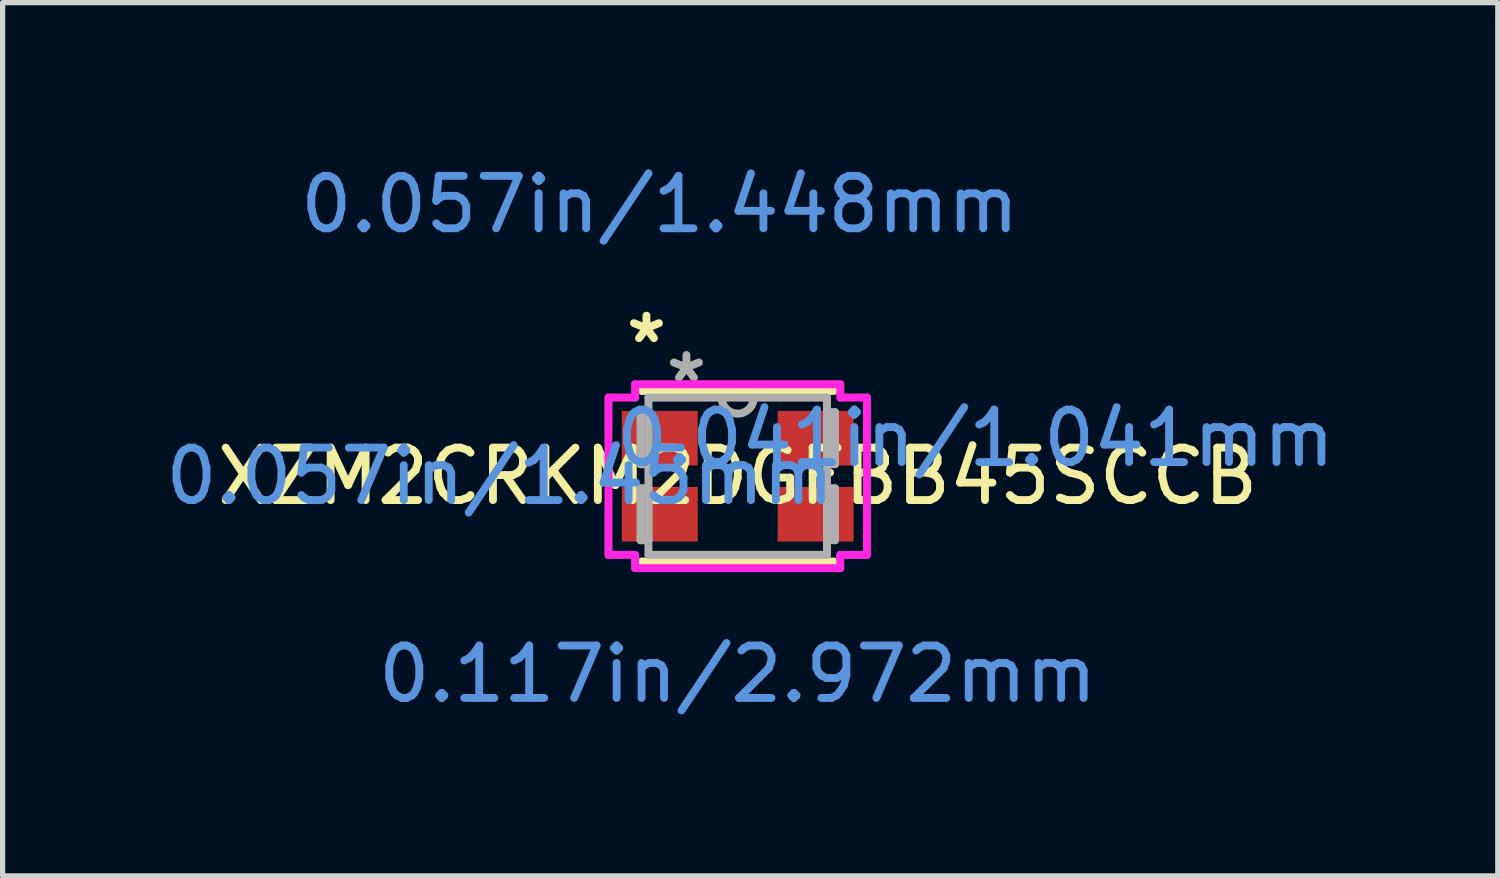
<source format=kicad_pcb>
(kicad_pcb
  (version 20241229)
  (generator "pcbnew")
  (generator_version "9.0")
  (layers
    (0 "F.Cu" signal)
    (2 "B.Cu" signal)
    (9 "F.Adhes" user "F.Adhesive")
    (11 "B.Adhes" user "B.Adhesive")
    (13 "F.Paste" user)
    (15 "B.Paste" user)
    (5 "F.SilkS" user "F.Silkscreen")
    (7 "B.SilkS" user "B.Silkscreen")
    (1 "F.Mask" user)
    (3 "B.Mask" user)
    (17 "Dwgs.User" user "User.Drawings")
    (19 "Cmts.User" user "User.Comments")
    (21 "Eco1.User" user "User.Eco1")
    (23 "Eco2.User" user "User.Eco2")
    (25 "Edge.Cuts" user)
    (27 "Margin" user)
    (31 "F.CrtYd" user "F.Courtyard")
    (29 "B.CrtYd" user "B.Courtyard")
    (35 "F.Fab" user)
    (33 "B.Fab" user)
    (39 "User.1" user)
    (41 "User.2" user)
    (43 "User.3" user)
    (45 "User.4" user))
  (footprint "XZM2CRKM2DGFBB45SCCB"
    (layer "F.Cu")
    (at 11.016 6.03)
    (property "Reference" "XZM2CRKM2DGFBB45SCCB" (at 0 0 0) (layer "F.SilkS") (effects (font (size 1 1) (thickness 0.15))))
    (attr through_hole)
    (fp_line (start -1.829 1.626) (end 1.829 1.626) (stroke (width 0.152) (type solid)) (layer "F.SilkS"))
    (fp_line (start 1.829 -1.626) (end -1.829 -1.626) (stroke (width 0.152) (type solid)) (layer "F.SilkS"))
    (fp_line (start -2.464 -1.5) (end -1.956 -1.5) (stroke (width 0.152) (type solid)) (layer "F.CrtYd"))
    (fp_line (start -2.464 1.5) (end -2.464 -1.5) (stroke (width 0.152) (type solid)) (layer "F.CrtYd"))
    (fp_line (start -2.464 1.5) (end -1.956 1.5) (stroke (width 0.152) (type solid)) (layer "F.CrtYd"))
    (fp_line (start -1.956 -1.753) (end 1.956 -1.753) (stroke (width 0.152) (type solid)) (layer "F.CrtYd"))
    (fp_line (start -1.956 -1.5) (end -1.956 -1.753) (stroke (width 0.152) (type solid)) (layer "F.CrtYd"))
    (fp_line (start -1.956 1.753) (end -1.956 1.5) (stroke (width 0.152) (type solid)) (layer "F.CrtYd"))
    (fp_line (start 1.956 -1.753) (end 1.956 -1.5) (stroke (width 0.152) (type solid)) (layer "F.CrtYd"))
    (fp_line (start 1.956 1.5) (end 1.956 1.753) (stroke (width 0.152) (type solid)) (layer "F.CrtYd"))
    (fp_line (start 1.956 1.753) (end -1.956 1.753) (stroke (width 0.152) (type solid)) (layer "F.CrtYd"))
    (fp_line (start 2.464 -1.5) (end 1.956 -1.5) (stroke (width 0.152) (type solid)) (layer "F.CrtYd"))
    (fp_line (start 2.464 -1.5) (end 2.464 1.5) (stroke (width 0.152) (type solid)) (layer "F.CrtYd"))
    (fp_line (start 2.464 1.5) (end 1.956 1.5) (stroke (width 0.152) (type solid)) (layer "F.CrtYd"))
    (fp_line (start -1.854 -1.22) (end -1.854 -0.23) (stroke (width 0.152) (type solid)) (layer "F.Fab"))
    (fp_line (start -1.854 -0.23) (end -1.702 -0.23) (stroke (width 0.152) (type solid)) (layer "F.Fab"))
    (fp_line (start -1.854 0.23) (end -1.854 1.22) (stroke (width 0.152) (type solid)) (layer "F.Fab"))
    (fp_line (start -1.854 1.22) (end -1.702 1.22) (stroke (width 0.152) (type solid)) (layer "F.Fab"))
    (fp_line (start -1.702 -1.499) (end -1.702 1.499) (stroke (width 0.152) (type solid)) (layer "F.Fab"))
    (fp_line (start -1.702 -1.22) (end -1.854 -1.22) (stroke (width 0.152) (type solid)) (layer "F.Fab"))
    (fp_line (start -1.702 -0.23) (end -1.702 -1.22) (stroke (width 0.152) (type solid)) (layer "F.Fab"))
    (fp_line (start -1.702 0.23) (end -1.854 0.23) (stroke (width 0.152) (type solid)) (layer "F.Fab"))
    (fp_line (start -1.702 1.22) (end -1.702 0.23) (stroke (width 0.152) (type solid)) (layer "F.Fab"))
    (fp_line (start -1.702 1.499) (end 1.702 1.499) (stroke (width 0.152) (type solid)) (layer "F.Fab"))
    (fp_line (start 1.702 -1.499) (end -1.702 -1.499) (stroke (width 0.152) (type solid)) (layer "F.Fab"))
    (fp_line (start 1.702 -1.22) (end 1.702 -0.23) (stroke (width 0.152) (type solid)) (layer "F.Fab"))
    (fp_line (start 1.702 -0.23) (end 1.854 -0.23) (stroke (width 0.152) (type solid)) (layer "F.Fab"))
    (fp_line (start 1.702 0.23) (end 1.702 1.22) (stroke (width 0.152) (type solid)) (layer "F.Fab"))
    (fp_line (start 1.702 1.22) (end 1.854 1.22) (stroke (width 0.152) (type solid)) (layer "F.Fab"))
    (fp_line (start 1.702 1.499) (end 1.702 -1.499) (stroke (width 0.152) (type solid)) (layer "F.Fab"))
    (fp_line (start 1.854 -1.22) (end 1.702 -1.22) (stroke (width 0.152) (type solid)) (layer "F.Fab"))
    (fp_line (start 1.854 -0.23) (end 1.854 -1.22) (stroke (width 0.152) (type solid)) (layer "F.Fab"))
    (fp_line (start 1.854 0.23) (end 1.702 0.23) (stroke (width 0.152) (type solid)) (layer "F.Fab"))
    (fp_line (start 1.854 1.22) (end 1.854 0.23) (stroke (width 0.152) (type solid)) (layer "F.Fab"))
    (fp_arc (start 0.3048 -1.4986) (mid 0 -1.1938) (end -0.3048 -1.4986) (stroke (width 0.1524) (type solid)) (layer "F.Fab"))
    (fp_text user "*" (at -1.74 -2.516 0) (layer "F.SilkS") (effects (font (size 1 1) (thickness 0.15))))
    (fp_text user "0.057in/1.45mm" (at -4.534 0 0) (layer "Cmts.User") (effects (font (size 1 1) (thickness 0.15))))
    (fp_text user "0.117in/2.972mm" (at 0 3.773 0) (layer "Cmts.User") (effects (font (size 1 1) (thickness 0.15))))
    (fp_text user "0.057in/1.448mm" (at -1.486 -5.182 0) (layer "Cmts.User") (effects (font (size 1 1) (thickness 0.15))))
    (fp_text user "Copyright 2016 Accelerated Designs. All rights reserved." (at 0 0 0) (layer "Cmts.User") (effects (font (size 0.127 0.127) (thickness 0.002))))
    (fp_text user "0.041in/1.041mm" (at 4.534 -0.725 0) (layer "Cmts.User") (effects (font (size 1 1) (thickness 0.15))))
    (fp_text user "*" (at -0.978 -1.766 0) (layer "F.Fab") (effects (font (size 1 1) (thickness 0.15))))
    (pad "1" smd rect (at -1.486 -0.725) (size 1.448 1.041) (layers "F.Cu" "F.Mask" "F.Paste"))
    (pad "2" smd rect (at 1.486 -0.725) (size 1.448 1.041) (layers "F.Cu" "F.Mask" "F.Paste"))
    (pad "3" smd rect (at 1.486 0.725) (size 1.448 1.041) (layers "F.Cu" "F.Mask" "F.Paste"))
    (pad "4" smd rect (at -1.486 0.725) (size 1.448 1.041) (layers "F.Cu" "F.Mask" "F.Paste")))
  (gr_rect
    (start -3 -3)
    (end 25.508 13.651)
    (stroke (width 0.1) (type default))
    (fill no)
    (layer "Edge.Cuts")))
</source>
